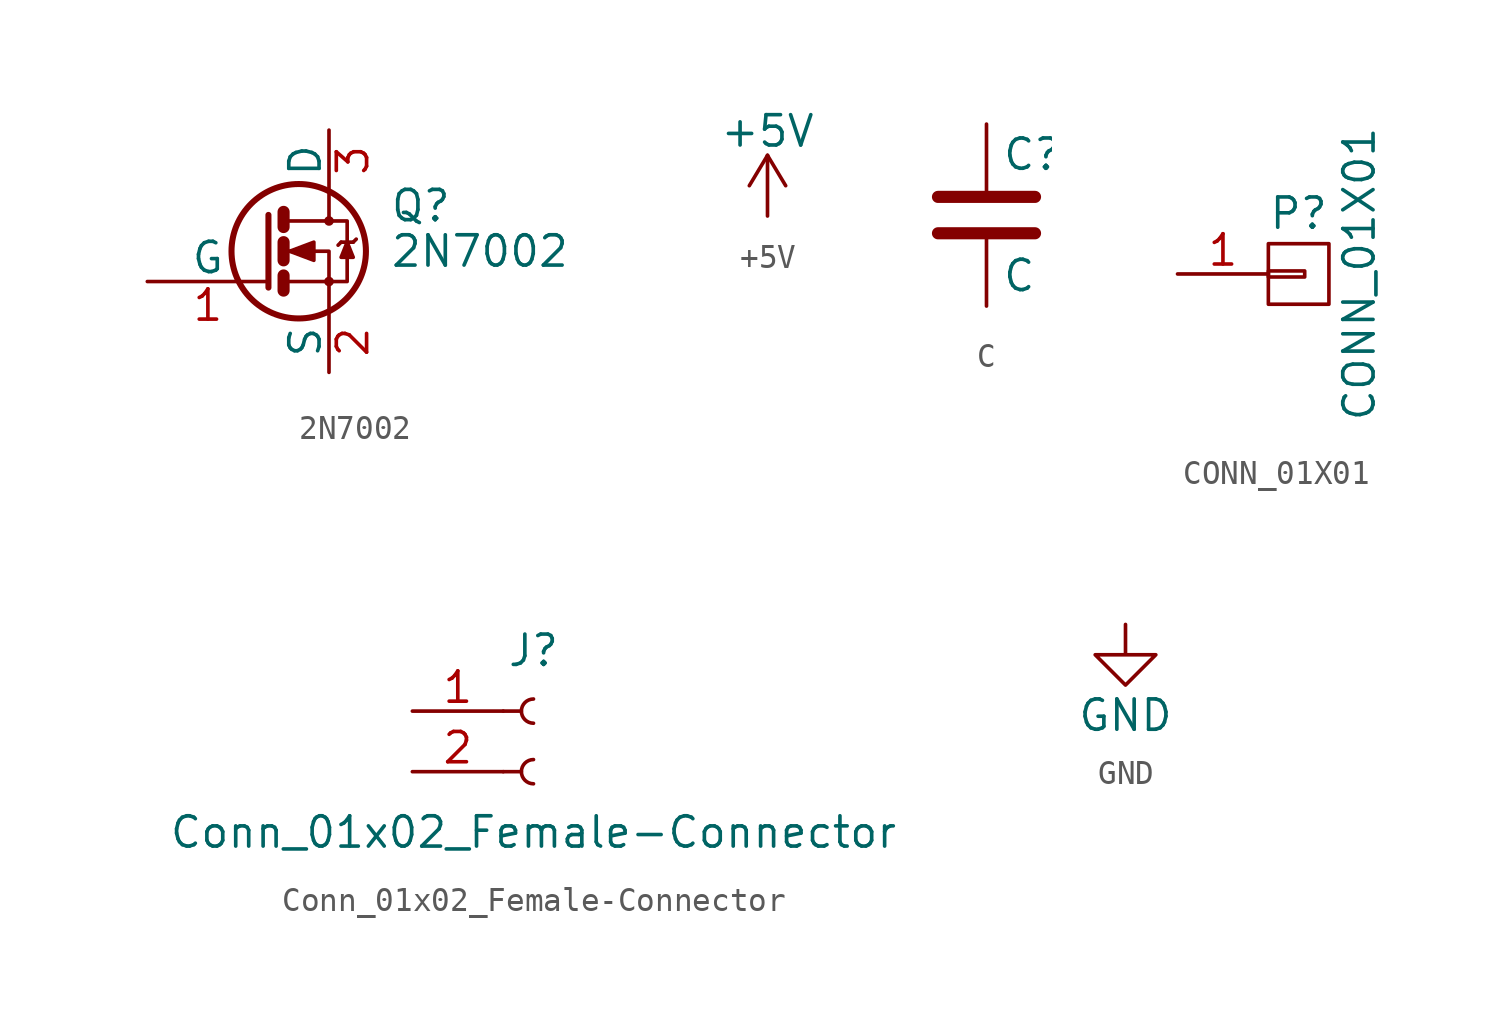
<source format=kicad_sym>
(kicad_symbol_lib
  (version 20231120)
  (generator "kicad_symbol_editor")
  (generator_version "8.0")
  (symbol "2N7002"
    (pin_names
      (offset 0))
    (property "Reference" "Q"
      (at 5.08 1.905 0)
      (effects (font (size 1.27 1.27)) (justify left)))
    (property "Value" "2N7002"
      (at 5.08 0 0)
      (effects (font (size 1.27 1.27)) (justify left)))
    (property "Datasheet" ""
      (at 0 0 0)
      (effects (font (size 1.27 1.27)) (justify left)))
    (symbol "2N7002_0_1"
      (polyline (pts (xy 0.635 -1.016) (xy 0.635 -1.651)) (stroke (width 0.508) (type solid)) (fill (type none)))
      (polyline (pts (xy 0.635 0.381) (xy 0.635 -0.381)) (stroke (width 0.508) (type solid)) (fill (type none)))
      (polyline (pts (xy 0.635 1.651) (xy 0.635 1.016)) (stroke (width 0.508) (type solid)) (fill (type none)))
      (polyline (pts (xy 3.048 0.381) (xy 2.921 0.254)) (stroke (width 0) (type solid)) (fill (type none)))
      (polyline (pts (xy 3.048 0.381) (xy 3.556 0.381)) (stroke (width 0) (type solid)) (fill (type none)))
      (polyline (pts (xy 3.556 0.381) (xy 3.683 0.508)) (stroke (width 0) (type solid)) (fill (type none)))
      (polyline (pts (xy 0 1.524) (xy 0 -1.524) (xy 0 -1.524)) (stroke (width 0.254) (type solid)) (fill (type none)))
      (polyline (pts (xy 0.762 -1.27) (xy 2.54 -1.27) (xy 2.54 -2.54) (xy 2.54 -2.54)) (stroke (width 0) (type solid)) (fill (type none)))
      (polyline (pts (xy 0.762 1.27) (xy 2.54 1.27) (xy 2.54 2.54) (xy 2.54 2.54)) (stroke (width 0) (type solid)) (fill (type none)))
      (polyline (pts (xy 2.54 1.27) (xy 3.302 1.27) (xy 3.302 -1.27) (xy 2.54 -1.27)) (stroke (width 0) (type solid)) (fill (type none)))
      (polyline (pts (xy 3.302 0.381) (xy 3.048 -0.254) (xy 3.556 -0.254) (xy 3.302 0.381)) (stroke (width 0) (type solid)) (fill (type outline)))
      (polyline (pts (xy 0.762 0) (xy 1.27 0) (xy 2.54 0) (xy 2.54 -1.27) (xy 2.54 -1.27)) (stroke (width 0) (type solid)) (fill (type none)))
      (polyline (pts (xy 0.889 0) (xy 1.905 0.381) (xy 1.905 -0.381) (xy 0.889 0) (xy 1.016 0) (xy 1.016 0)) (stroke (width 0) (type solid)) (fill (type outline)))
      (circle (center 1.27 0) (radius 2.819) (stroke (width 0.254) (type solid)) (fill (type none)))
      (circle (center 2.54 -1.27) (radius 0.127) (stroke (width 0) (type solid)) (fill (type none)))
      (circle (center 2.54 1.27) (radius 0.127) (stroke (width 0) (type solid)) (fill (type none))))
    (symbol "2N7002_1_1"
      (pin passive line (at -5.08 -1.27 0) (length 5.08) (name "G" (effects (font (size 1.27 1.27)))) (number "1" (effects (font (size 1.27 1.27)))))
      (pin passive line (at 2.54 -5.08 90) (length 2.54) (name "S" (effects (font (size 1.27 1.27)))) (number "2" (effects (font (size 1.27 1.27)))))
      (pin passive line (at 2.54 5.08 270) (length 2.54) (name "D" (effects (font (size 1.27 1.27)))) (number "3" (effects (font (size 1.27 1.27)))))))
  (symbol "+5V"
    (power)
    (pin_names
      (offset 0))
    (property "Reference" "#PWR"
      (at 0 -3.81 0)
      (effects (font (size 1.27 1.27)) (hide yes)))
    (property "Value" "+5V"
      (at 0 3.556 0)
      (effects (font (size 1.27 1.27))))
    (property "Footprint" ""
      (at 0 0 0)
      (effects (font (size 1.27 1.27))))
    (property "Datasheet" ""
      (at 0 0 0)
      (effects (font (size 1.27 1.27))))
    (symbol "+5V_0_1"
      (polyline (pts (xy -0.762 1.27) (xy 0 2.54)) (stroke (width 0) (type solid)) (fill (type none)))
      (polyline (pts (xy 0 0) (xy 0 2.54)) (stroke (width 0) (type solid)) (fill (type none)))
      (polyline (pts (xy 0 2.54) (xy 0.762 1.27)) (stroke (width 0) (type solid)) (fill (type none))))
    (symbol "+5V_1_1"
      (pin power_in line (at 0 0 90) (length 0) hide (name "+5V" (effects (font (size 1.27 1.27)))) (number "1" (effects (font (size 1.27 1.27)))))))
  (symbol "C"
    (pin_numbers hide)
    (pin_names
      (offset 0.254))
    (property "Reference" "C"
      (at 0.635 2.54 0)
      (effects (font (size 1.27 1.27)) (justify left)))
    (property "Value" "C"
      (at 0.635 -2.54 0)
      (effects (font (size 1.27 1.27)) (justify left)))
    (property "Footprint" ""
      (at 0.965 -3.81 0)
      (effects (font (size 1.27 1.27))))
    (property "Datasheet" ""
      (at 0 0 0)
      (effects (font (size 1.27 1.27))))
    (symbol "C_0_1"
      (polyline (pts (xy -2.032 -0.762) (xy 2.032 -0.762)) (stroke (width 0.508) (type solid)) (fill (type none)))
      (polyline (pts (xy -2.032 0.762) (xy 2.032 0.762)) (stroke (width 0.508) (type solid)) (fill (type none))))
    (symbol "C_1_1"
      (pin passive line (at 0 3.81 270) (length 2.794) (name "~" (effects (font (size 1.27 1.27)))) (number "1" (effects (font (size 1.27 1.27)))))
      (pin passive line (at 0 -3.81 90) (length 2.794) (name "~" (effects (font (size 1.27 1.27)))) (number "2" (effects (font (size 1.27 1.27)))))))
  (symbol "CONN_01X01"
    (pin_names
      (offset 1.016) hide)
    (property "Reference" "P"
      (at 0 2.54 0)
      (effects (font (size 1.27 1.27))))
    (property "Value" "CONN_01X01"
      (at 2.54 0 90)
      (effects (font (size 1.27 1.27))))
    (property "Footprint" ""
      (at 0 0 0)
      (effects (font (size 1.27 1.27))))
    (property "Datasheet" ""
      (at 0 0 0)
      (effects (font (size 1.27 1.27))))
    (symbol "CONN_01X01_0_1"
      (rectangle (start -1.27 0.127) (end 0.254 -0.127) (stroke (width 0) (type solid)) (fill (type none)))
      (rectangle (start -1.27 1.27) (end 1.27 -1.27) (stroke (width 0) (type solid)) (fill (type none))))
    (symbol "CONN_01X01_1_1"
      (pin passive line (at -5.08 0 0) (length 3.81) (name "P1" (effects (font (size 1.27 1.27)))) (number "1" (effects (font (size 1.27 1.27)))))))
  (symbol "Conn_01x02_Female-Connector"
    (pin_names
      (offset 1.016) hide)
    (property "Reference" "J"
      (at 0 2.54 0)
      (effects (font (size 1.27 1.27))))
    (property "Value" "Conn_01x02_Female-Connector"
      (at 0 -5.08 0)
      (effects (font (size 1.27 1.27))))
    (symbol "Conn_01x02_Female-Connector_1_1"
      (arc (start 0 -2.032) (mid -0.508 -2.54) (end 0 -3.048) (stroke (width 0.1524) (type solid)) (fill (type none)))
      (polyline (pts (xy -1.27 -2.54) (xy -0.508 -2.54)) (stroke (width 0.152) (type solid)) (fill (type none)))
      (polyline (pts (xy -1.27 0) (xy -0.508 0)) (stroke (width 0.152) (type solid)) (fill (type none)))
      (arc (start 0 0.508) (mid -0.508 0) (end 0 -0.508) (stroke (width 0.1524) (type solid)) (fill (type none)))
      (pin passive line (at -5.08 0 0) (length 3.81) (name "Pin_1" (effects (font (size 1.27 1.27)))) (number "1" (effects (font (size 1.27 1.27)))))
      (pin passive line (at -5.08 -2.54 0) (length 3.81) (name "Pin_2" (effects (font (size 1.27 1.27)))) (number "2" (effects (font (size 1.27 1.27)))))))
  (symbol "GND"
    (power)
    (pin_names
      (offset 0))
    (property "Reference" "#PWR"
      (at 0 -6.35 0)
      (effects (font (size 1.27 1.27)) (hide yes)))
    (property "Value" "GND"
      (at 0 -3.81 0)
      (effects (font (size 1.27 1.27))))
    (property "Footprint" ""
      (at 0 0 0)
      (effects (font (size 1.27 1.27))))
    (property "Datasheet" ""
      (at 0 0 0)
      (effects (font (size 1.27 1.27))))
    (symbol "GND_0_1"
      (polyline (pts (xy 0 0) (xy 0 -1.27) (xy 1.27 -1.27) (xy 0 -2.54) (xy -1.27 -1.27) (xy 0 -1.27)) (stroke (width 0) (type solid)) (fill (type none))))
    (symbol "GND_1_1"
      (pin power_in line (at 0 0 270) (length 0) hide (name "GND" (effects (font (size 1.27 1.27)))) (number "1" (effects (font (size 1.27 1.27))))))))
</source>
